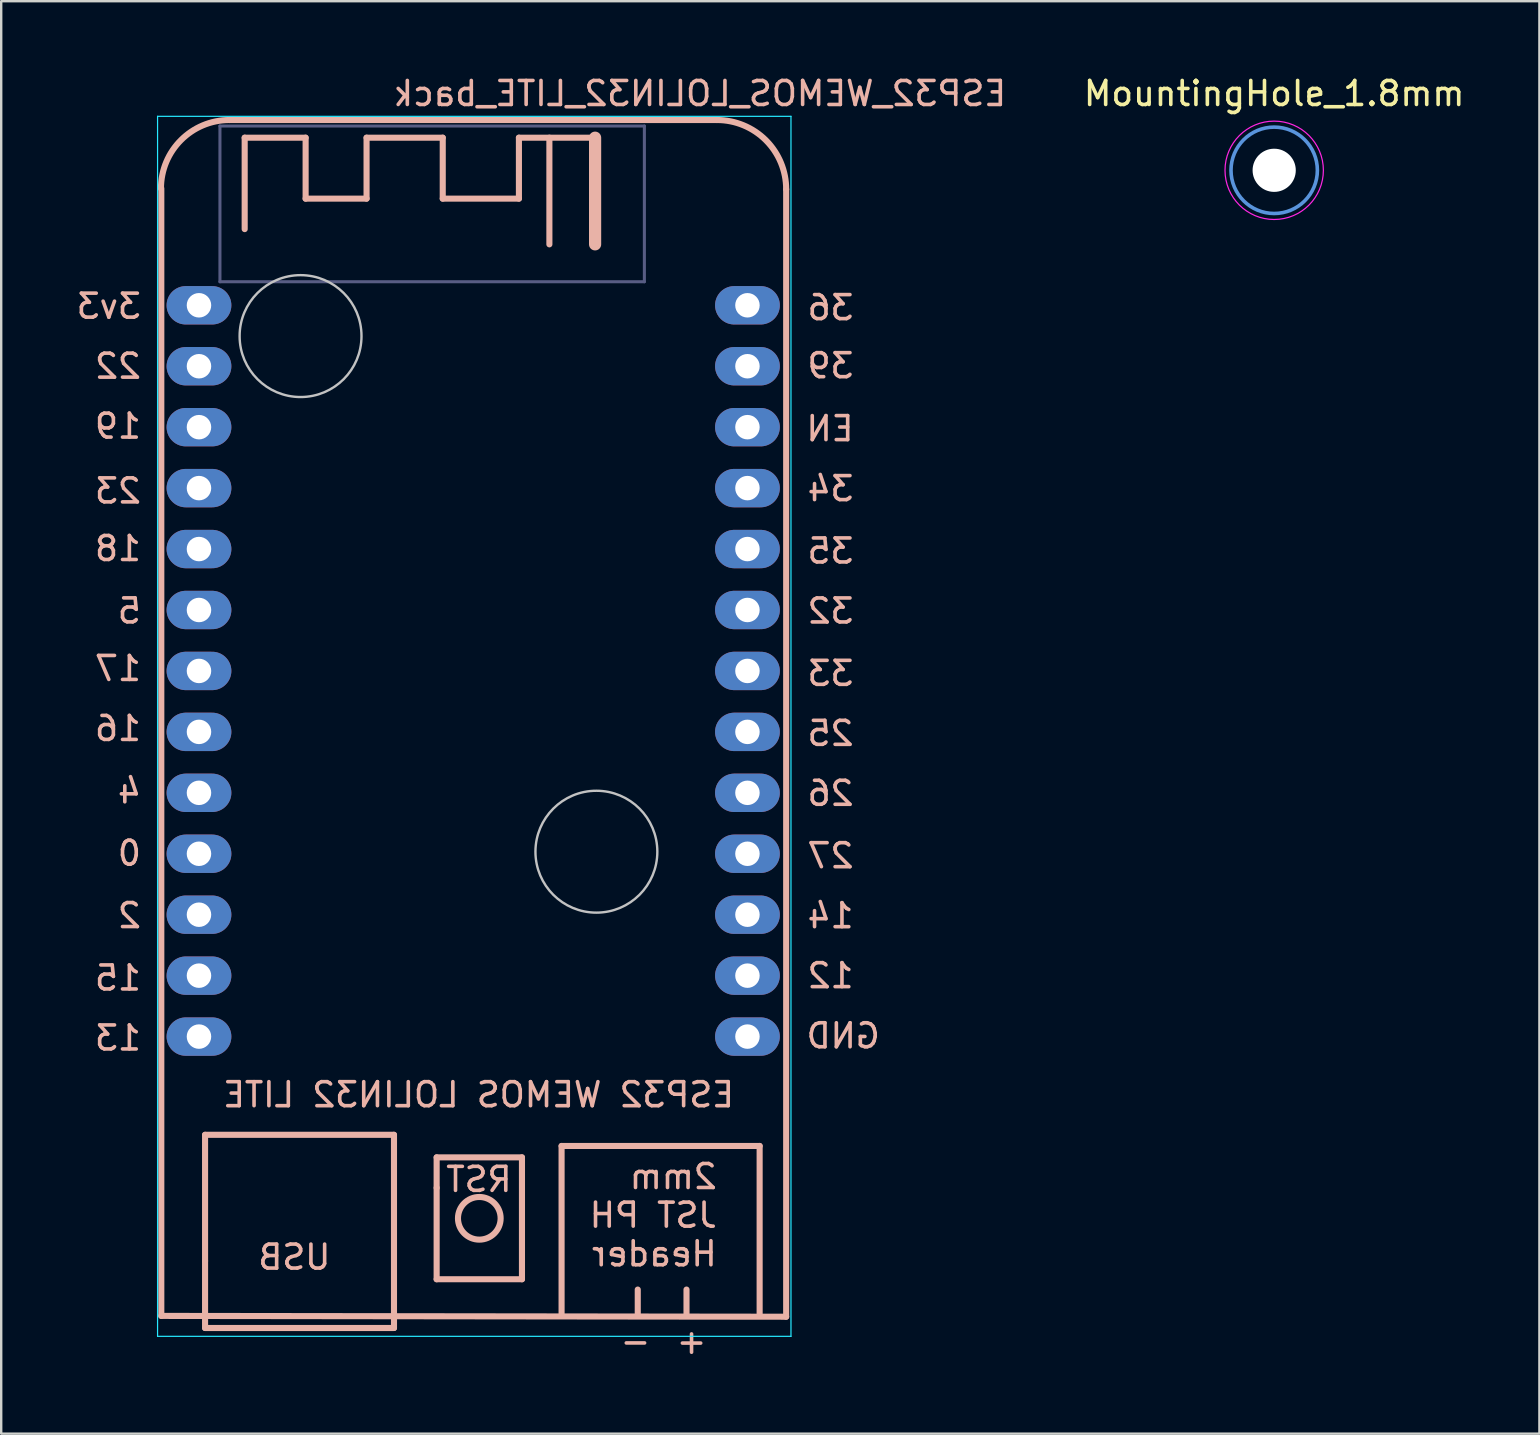
<source format=kicad_pcb>
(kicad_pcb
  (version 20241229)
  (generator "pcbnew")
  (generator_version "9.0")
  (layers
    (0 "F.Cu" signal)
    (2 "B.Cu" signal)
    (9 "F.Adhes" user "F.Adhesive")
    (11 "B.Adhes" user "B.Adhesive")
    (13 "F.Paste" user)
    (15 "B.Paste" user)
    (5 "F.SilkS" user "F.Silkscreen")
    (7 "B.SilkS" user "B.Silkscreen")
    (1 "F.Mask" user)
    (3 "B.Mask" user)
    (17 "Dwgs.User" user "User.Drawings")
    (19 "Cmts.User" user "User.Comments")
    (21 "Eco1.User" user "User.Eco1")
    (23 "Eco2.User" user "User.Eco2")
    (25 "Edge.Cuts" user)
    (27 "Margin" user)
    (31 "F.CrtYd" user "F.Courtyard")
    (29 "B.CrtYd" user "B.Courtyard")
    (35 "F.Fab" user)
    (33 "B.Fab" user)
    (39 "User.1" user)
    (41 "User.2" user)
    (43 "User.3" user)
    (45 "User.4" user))
  (footprint "ESP32_WEMOS_LOLIN32_LITE_back"
    (layer "F.Cu")
    (at 16.517 26.198)
    (property "Reference" "ESP32_WEMOS_LOLIN32_LITE_back" (at 9.6 -25.35 0) (layer "B.SilkS") (effects (font (size 1 1) (thickness 0.15)) (justify mirror)))
    (attr through_hole)
    (fp_line (start -12.844 -21.392) (end -12.844 25.598) (stroke (width 0.254) (type solid)) (layer "B.SilkS"))
    (fp_line (start -11.02 18.05) (end -3.146 18.05) (stroke (width 0.254) (type solid)) (layer "B.SilkS"))
    (fp_line (start -11.02 23.308) (end -11.02 18.05) (stroke (width 0.254) (type solid)) (layer "B.SilkS"))
    (fp_line (start -11.02 26.102) (end -11.02 23.308) (stroke (width 0.254) (type solid)) (layer "B.SilkS"))
    (fp_line (start -9.369 -23.509) (end -9.369 -19.699) (stroke (width 0.254) (type solid)) (layer "B.SilkS"))
    (fp_line (start -6.829 -23.509) (end -9.369 -23.509) (stroke (width 0.254) (type solid)) (layer "B.SilkS"))
    (fp_line (start -6.829 -20.969) (end -6.829 -23.509) (stroke (width 0.254) (type solid)) (layer "B.SilkS"))
    (fp_line (start -4.289 -23.509) (end -4.289 -20.969) (stroke (width 0.254) (type solid)) (layer "B.SilkS"))
    (fp_line (start -4.289 -20.969) (end -6.829 -20.969) (stroke (width 0.254) (type solid)) (layer "B.SilkS"))
    (fp_line (start -3.146 18.05) (end -3.146 26.102) (stroke (width 0.254) (type solid)) (layer "B.SilkS"))
    (fp_line (start -3.146 26.102) (end -11.02 26.102) (stroke (width 0.254) (type solid)) (layer "B.SilkS"))
    (fp_line (start -1.368 18.99) (end -1.368 20.26) (stroke (width 0.254) (type solid)) (layer "B.SilkS"))
    (fp_line (start -1.368 20.26) (end -1.368 24.07) (stroke (width 0.254) (type solid)) (layer "B.SilkS"))
    (fp_line (start -1.368 24.07) (end 2.188 24.07) (stroke (width 0.254) (type solid)) (layer "B.SilkS"))
    (fp_line (start -1.114 -23.509) (end -4.289 -23.509) (stroke (width 0.254) (type solid)) (layer "B.SilkS"))
    (fp_line (start -1.114 -20.969) (end -1.114 -23.509) (stroke (width 0.254) (type solid)) (layer "B.SilkS"))
    (fp_line (start 2.061 -23.509) (end 2.061 -20.969) (stroke (width 0.254) (type solid)) (layer "B.SilkS"))
    (fp_line (start 2.061 -20.969) (end -1.114 -20.969) (stroke (width 0.254) (type solid)) (layer "B.SilkS"))
    (fp_line (start 2.188 18.99) (end -1.368 18.99) (stroke (width 0.254) (type solid)) (layer "B.SilkS"))
    (fp_line (start 2.188 24.07) (end 2.188 18.99) (stroke (width 0.254) (type solid)) (layer "B.SilkS"))
    (fp_line (start 3.331 -19.064) (end 3.331 -23.509) (stroke (width 0.254) (type solid)) (layer "B.SilkS"))
    (fp_line (start 3.839 18.515) (end 12.094 18.515) (stroke (width 0.254) (type solid)) (layer "B.SilkS"))
    (fp_line (start 3.839 25.5) (end 3.839 18.515) (stroke (width 0.254) (type solid)) (layer "B.SilkS"))
    (fp_line (start 5.236 -23.509) (end 2.061 -23.509) (stroke (width 0.254) (type solid)) (layer "B.SilkS"))
    (fp_line (start 5.236 -23.509) (end 5.236 -19.064) (stroke (width 0.508) (type solid)) (layer "B.SilkS"))
    (fp_line (start 7.014 24.5) (end 7.014 25.5) (stroke (width 0.254) (type solid)) (layer "B.SilkS"))
    (fp_line (start 9.046 24.5) (end 9.046 25.5) (stroke (width 0.254) (type solid)) (layer "B.SilkS"))
    (fp_line (start 10.316 -24.246) (end -10.004 -24.246) (stroke (width 0.254) (type solid)) (layer "B.SilkS"))
    (fp_line (start 12.094 18.515) (end 12.094 25.5) (stroke (width 0.254) (type solid)) (layer "B.SilkS"))
    (fp_line (start 13.2 25.632) (end -12.844 25.598) (stroke (width 0.254) (type solid)) (layer "B.SilkS"))
    (fp_line (start 13.2 25.632) (end 13.2 -21.358) (stroke (width 0.254) (type solid)) (layer "B.SilkS"))
    (fp_arc (start -12.858219 -21.391817) (mid -12.022222 -23.41009) (end -10.003949 -24.246087) (stroke (width 0.254) (type solid)) (layer "B.SilkS"))
    (fp_arc (start 10.316051 -24.246087) (mid 12.356708 -23.4) (end 13.199999 -21.358185) (stroke (width 0.254) (type solid)) (layer "B.SilkS"))
    (fp_circle (center 0.41 21.53) (end 1.299 21.53) (stroke (width 0.254) (type solid)) (fill no) (layer "B.SilkS"))
    (fp_circle (center -7.04 -15.24) (end -4.5 -15.24) (stroke (width 0.1) (type default)) (fill no) (layer "Dwgs.User"))
    (fp_circle (center 5.29 6.25) (end 7.83 6.25) (stroke (width 0.1) (type default)) (fill no) (layer "Dwgs.User"))
    (fp_line (start -13 -24.4) (end -13 26.45) (stroke (width 0.05) (type solid)) (layer "B.CrtYd"))
    (fp_line (start -13 26.45) (end 13.4 26.45) (stroke (width 0.05) (type solid)) (layer "B.CrtYd"))
    (fp_line (start 13.4 -24.4) (end -13 -24.4) (stroke (width 0.05) (type solid)) (layer "B.CrtYd"))
    (fp_line (start 13.4 26.45) (end 13.4 -24.4) (stroke (width 0.05) (type solid)) (layer "B.CrtYd"))
    (fp_line (start -10.4 -23.995) (end 7.29 -23.995) (stroke (width 0.127) (type solid)) (layer "B.Fab"))
    (fp_line (start -10.4 -17.505) (end -10.4 -23.995) (stroke (width 0.127) (type solid)) (layer "B.Fab"))
    (fp_line (start -10.4 -17.505) (end 7.29 -17.505) (stroke (width 0.127) (type solid)) (layer "B.Fab"))
    (fp_line (start 7.29 -23.995) (end 7.29 -17.505) (stroke (width 0.127) (type solid)) (layer "B.Fab"))
    (fp_text user "35" (at 16.1 -5.696 0) (unlocked yes) (layer "B.SilkS") (effects (font (size 1 1) (thickness 0.15)) (justify left bottom mirror)))
    (fp_text user "5" (at -13.6 -3.2 0) (unlocked yes) (layer "B.SilkS") (effects (font (size 1 1) (thickness 0.15)) (justify left bottom mirror)))
    (fp_text user "RST" (at 1.85 19.91 0) (unlocked yes) (layer "B.SilkS") (effects (font (size 1 1) (thickness 0.15)) (justify left mirror)))
    (fp_text user "USB" (at -5.7 23.15 0) (unlocked yes) (layer "B.SilkS") (effects (font (size 1 1) (thickness 0.15)) (justify left mirror)))
    (fp_text user "32" (at 16.1 -3.196 0) (unlocked yes) (layer "B.SilkS") (effects (font (size 1 1) (thickness 0.15)) (justify left bottom mirror)))
    (fp_text user "39" (at 16.1 -13.42 0) (unlocked yes) (layer "B.SilkS") (effects (font (size 1 1) (thickness 0.15)) (justify left bottom mirror)))
    (fp_text user "4" (at -13.6 4.3 0) (unlocked yes) (layer "B.SilkS") (effects (font (size 1 1) (thickness 0.15)) (justify left bottom mirror)))
    (fp_text user "3v3" (at -13.6 -15.9 0) (unlocked yes) (layer "B.SilkS") (effects (font (size 1 1) (thickness 0.15)) (justify left bottom mirror)))
    (fp_text user "14" (at 16.1 9.504 0) (unlocked yes) (layer "B.SilkS") (effects (font (size 1 1) (thickness 0.15)) (justify left bottom mirror)))
    (fp_text user "18" (at -13.6 -5.8 0) (unlocked yes) (layer "B.SilkS") (effects (font (size 1 1) (thickness 0.15)) (justify left bottom mirror)))
    (fp_text user "36" (at 16.1 -15.84 0) (unlocked yes) (layer "B.SilkS") (effects (font (size 1 1) (thickness 0.15)) (justify left bottom mirror)))
    (fp_text user "16" (at -13.6 1.7 0) (unlocked yes) (layer "B.SilkS") (effects (font (size 1 1) (thickness 0.15)) (justify left bottom mirror)))
    (fp_text user "27" (at 16.1 7.004 0) (unlocked yes) (layer "B.SilkS") (effects (font (size 1 1) (thickness 0.15)) (justify left bottom mirror)))
    (fp_text user "GND" (at 17.2 14.51 0) (unlocked yes) (layer "B.SilkS") (effects (font (size 1 1) (thickness 0.15)) (justify left bottom mirror)))
    (fp_text user "13" (at -13.6 14.6 0) (unlocked yes) (layer "B.SilkS") (effects (font (size 1 1) (thickness 0.15)) (justify left bottom mirror)))
    (fp_text user "25" (at 16.1 1.904 0) (unlocked yes) (layer "B.SilkS") (effects (font (size 1 1) (thickness 0.15)) (justify left bottom mirror)))
    (fp_text user "+" (at 8.538 26.656 0) (unlocked yes) (layer "B.SilkS") (effects (font (size 1 1) (thickness 0.15)) (justify left)))
    (fp_text user "2mm\nJST PH\nHeader" (at 10.4 21.4 0) (unlocked yes) (layer "B.SilkS") (effects (font (size 1 1) (thickness 0.15)) (justify left mirror)))
    (fp_text user "33" (at 16.1 -0.596 0) (unlocked yes) (layer "B.SilkS") (effects (font (size 1 1) (thickness 0.15)) (justify left bottom mirror)))
    (fp_text user "23" (at -13.6 -8.2 0) (unlocked yes) (layer "B.SilkS") (effects (font (size 1 1) (thickness 0.15)) (justify left bottom mirror)))
    (fp_text user "12" (at 16.1 12.004 0) (unlocked yes) (layer "B.SilkS") (effects (font (size 1 1) (thickness 0.15)) (justify left bottom mirror)))
    (fp_text user "19" (at -13.6 -10.9 0) (unlocked yes) (layer "B.SilkS") (effects (font (size 1 1) (thickness 0.15)) (justify left bottom mirror)))
    (fp_text user "-" (at 6.2 26.65 0) (unlocked yes) (layer "B.SilkS") (effects (font (size 1 1) (thickness 0.15)) (justify left)))
    (fp_text user "34" (at 16.1 -8.296 0) (unlocked yes) (layer "B.SilkS") (effects (font (size 1 1) (thickness 0.15)) (justify left bottom mirror)))
    (fp_text user "EN" (at 16.1 -10.796 0) (unlocked yes) (layer "B.SilkS") (effects (font (size 1 1) (thickness 0.15)) (justify left bottom mirror)))
    (fp_text user "22" (at -13.6 -13.4 0) (unlocked yes) (layer "B.SilkS") (effects (font (size 1 1) (thickness 0.15)) (justify left bottom mirror)))
    (fp_text user "0" (at -13.6 6.9 0) (unlocked yes) (layer "B.SilkS") (effects (font (size 1 1) (thickness 0.15)) (justify left bottom mirror)))
    (fp_text user "2" (at -13.6 9.5 0) (unlocked yes) (layer "B.SilkS") (effects (font (size 1 1) (thickness 0.15)) (justify left bottom mirror)))
    (fp_text user "26" (at 16.1 4.404 0) (unlocked yes) (layer "B.SilkS") (effects (font (size 1 1) (thickness 0.15)) (justify left bottom mirror)))
    (fp_text user "17" (at -13.6 -0.8 0) (unlocked yes) (layer "B.SilkS") (effects (font (size 1 1) (thickness 0.15)) (justify left bottom mirror)))
    (fp_text user "15" (at -13.6 12.1 0) (unlocked yes) (layer "B.SilkS") (effects (font (size 1 1) (thickness 0.15)) (justify left bottom mirror)))
    (fp_text user "ESP32 WEMOS LOLIN32 LITE" (at 11.12 16.38 0) (unlocked yes) (layer "B.SilkS") (effects (font (size 1 1) (thickness 0.15)) (justify left mirror)))
    (pad "0" thru_hole oval (at -11.274 6.336) (size 2.7 1.6) (drill 1.02) (layers "*.Cu" "*.Mask"))
    (pad "2" thru_hole oval (at -11.274 8.876) (size 2.7 1.6) (drill 1.02) (layers "*.Cu" "*.Mask"))
    (pad "3V3" thru_hole oval (at -11.274 -16.524) (size 2.7 1.6) (drill 1.02) (layers "*.Cu" "*.Mask"))
    (pad "4" thru_hole oval (at -11.274 3.796) (size 2.7 1.6) (drill 1.02) (layers "*.Cu" "*.Mask"))
    (pad "5" thru_hole oval (at -11.274 -3.824) (size 2.7 1.6) (drill 1.02) (layers "*.Cu" "*.Mask"))
    (pad "12" thru_hole oval (at 11.586 11.416) (size 2.7 1.6) (drill 1.02) (layers "*.Cu" "*.Mask"))
    (pad "13" thru_hole oval (at -11.274 13.956) (size 2.7 1.6) (drill 1.02) (layers "*.Cu" "*.Mask"))
    (pad "14" thru_hole oval (at 11.586 8.876) (size 2.7 1.6) (drill 1.02) (layers "*.Cu" "*.Mask"))
    (pad "15" thru_hole oval (at -11.274 11.416) (size 2.7 1.6) (drill 1.02) (layers "*.Cu" "*.Mask"))
    (pad "16" thru_hole oval (at -11.274 1.256) (size 2.7 1.6) (drill 1.02) (layers "*.Cu" "*.Mask"))
    (pad "17" thru_hole oval (at -11.274 -1.284) (size 2.7 1.6) (drill 1.02) (layers "*.Cu" "*.Mask"))
    (pad "18" thru_hole oval (at -11.274 -6.364) (size 2.7 1.6) (drill 1.02) (layers "*.Cu" "*.Mask"))
    (pad "19" thru_hole oval (at -11.274 -11.444) (size 2.7 1.6) (drill 1.02) (layers "*.Cu" "*.Mask"))
    (pad "22" thru_hole oval (at -11.274 -13.984) (size 2.7 1.6) (drill 1.02) (layers "*.Cu" "*.Mask"))
    (pad "23" thru_hole oval (at -11.274 -8.904) (size 2.7 1.6) (drill 1.02) (layers "*.Cu" "*.Mask"))
    (pad "25" thru_hole oval (at 11.586 1.256) (size 2.7 1.6) (drill 1.02) (layers "*.Cu" "*.Mask"))
    (pad "26" thru_hole oval (at 11.586 3.796) (size 2.7 1.6) (drill 1.02) (layers "*.Cu" "*.Mask"))
    (pad "27" thru_hole oval (at 11.586 6.336) (size 2.7 1.6) (drill 1.02) (layers "*.Cu" "*.Mask"))
    (pad "32" thru_hole oval (at 11.586 -3.824) (size 2.7 1.6) (drill 1.02) (layers "*.Cu" "*.Mask"))
    (pad "33" thru_hole oval (at 11.586 -1.284) (size 2.7 1.6) (drill 1.02) (layers "*.Cu" "*.Mask"))
    (pad "34" thru_hole oval (at 11.586 -8.904) (size 2.7 1.6) (drill 1.02) (layers "*.Cu" "*.Mask"))
    (pad "35" thru_hole oval (at 11.586 -6.364) (size 2.7 1.6) (drill 1.02) (layers "*.Cu" "*.Mask"))
    (pad "36" thru_hole oval (at 11.586 -16.524) (size 2.7 1.6) (drill 1.02) (layers "*.Cu" "*.Mask"))
    (pad "39" thru_hole oval (at 11.586 -13.984) (size 2.7 1.6) (drill 1.02) (layers "*.Cu" "*.Mask"))
    (pad "EN" thru_hole oval (at 11.586 -11.444) (size 2.7 1.6) (drill 1.02) (layers "*.Cu" "*.Mask"))
    (pad "GND" thru_hole oval (at 11.586 13.956) (size 2.7 1.6) (drill 1.02) (layers "*.Cu" "*.Mask")))
  (footprint "MountingHole_1.8mm"
    (layer "F.Cu")
    (at 50.057 4.048)
    (property "Reference" "MountingHole_1.8mm" (at 0 -3.2 0) (layer "F.SilkS") (effects (font (size 1 1) (thickness 0.15))))
    (attr exclude_from_pos_files exclude_from_bom)
    (fp_circle (center 0 0) (end 1.8 0) (stroke (width 0.15) (type solid)) (fill no) (layer "Cmts.User"))
    (fp_circle (center 0 0) (end 2.05 0) (stroke (width 0.05) (type solid)) (fill no) (layer "F.CrtYd"))
    (pad "" np_thru_hole circle (at 0 0) (size 1.8 1.8) (drill 1.8) (layers "*.Cu" "*.Mask")))
  (gr_rect
    (start -3 -3)
    (end 61.111 56.703)
    (stroke (width 0.1) (type default))
    (fill no)
    (layer "Edge.Cuts")))
</source>
